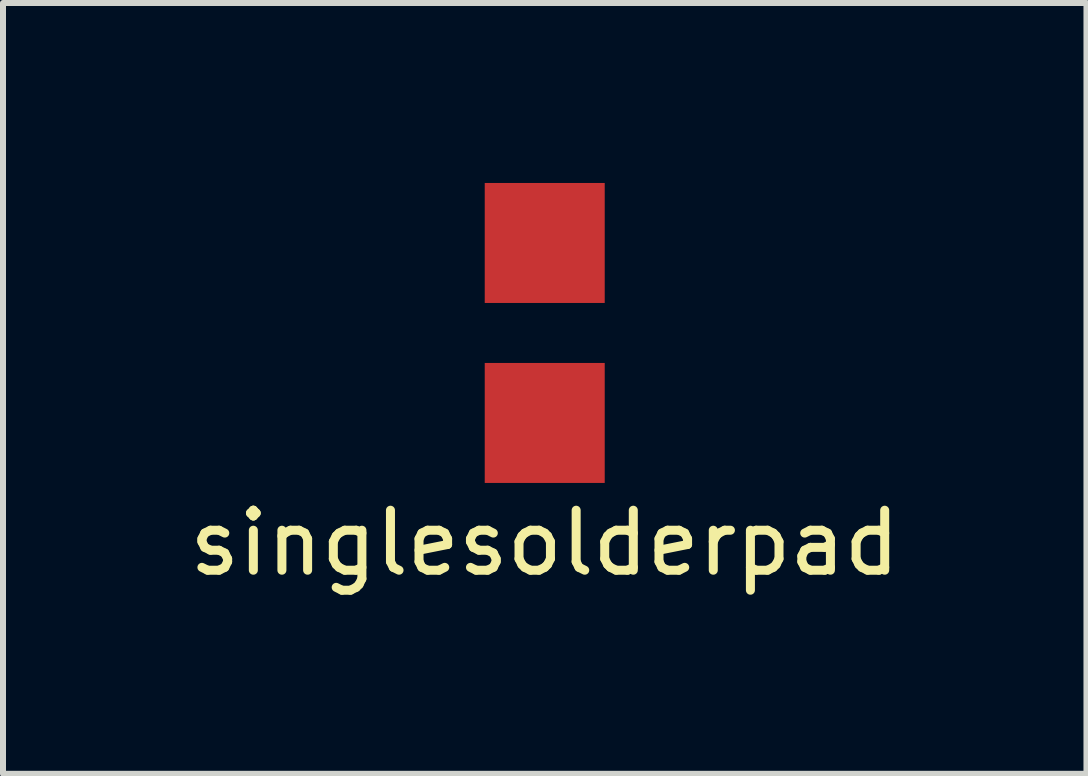
<source format=kicad_pcb>
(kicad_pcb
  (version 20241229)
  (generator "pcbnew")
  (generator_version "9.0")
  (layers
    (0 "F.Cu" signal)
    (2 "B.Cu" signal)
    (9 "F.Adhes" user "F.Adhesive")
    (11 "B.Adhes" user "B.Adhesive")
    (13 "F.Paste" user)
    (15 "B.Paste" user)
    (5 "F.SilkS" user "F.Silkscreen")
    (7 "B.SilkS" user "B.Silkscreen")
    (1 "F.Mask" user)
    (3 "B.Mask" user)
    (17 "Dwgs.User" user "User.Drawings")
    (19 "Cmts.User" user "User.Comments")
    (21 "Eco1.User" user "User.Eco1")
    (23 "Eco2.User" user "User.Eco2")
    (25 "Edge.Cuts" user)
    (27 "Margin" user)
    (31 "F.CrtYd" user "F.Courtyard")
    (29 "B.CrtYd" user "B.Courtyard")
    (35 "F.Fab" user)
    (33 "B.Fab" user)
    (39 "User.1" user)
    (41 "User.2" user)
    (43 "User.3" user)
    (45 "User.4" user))
  (footprint "singlesolderpad"
    (layer "F.Cu")
    (at 6.03 2.5)
    (property "Reference" "singlesolderpad" (at 0 3.5 0) (layer "F.SilkS") (effects (font (size 1 1) (thickness 0.15))))
    (attr through_hole)
    (pad "1" smd rect (at 0 -1.5) (size 2 2) (layers "F.Cu" "F.Mask" "F.Paste"))
    (pad "1" smd rect (at 0 1.5) (size 2 2) (layers "F.Cu" "F.Mask" "F.Paste")))
  (gr_rect
    (start -3 -3)
    (end 15.06 9.848)
    (stroke (width 0.1) (type default))
    (fill no)
    (layer "Edge.Cuts")))
</source>
